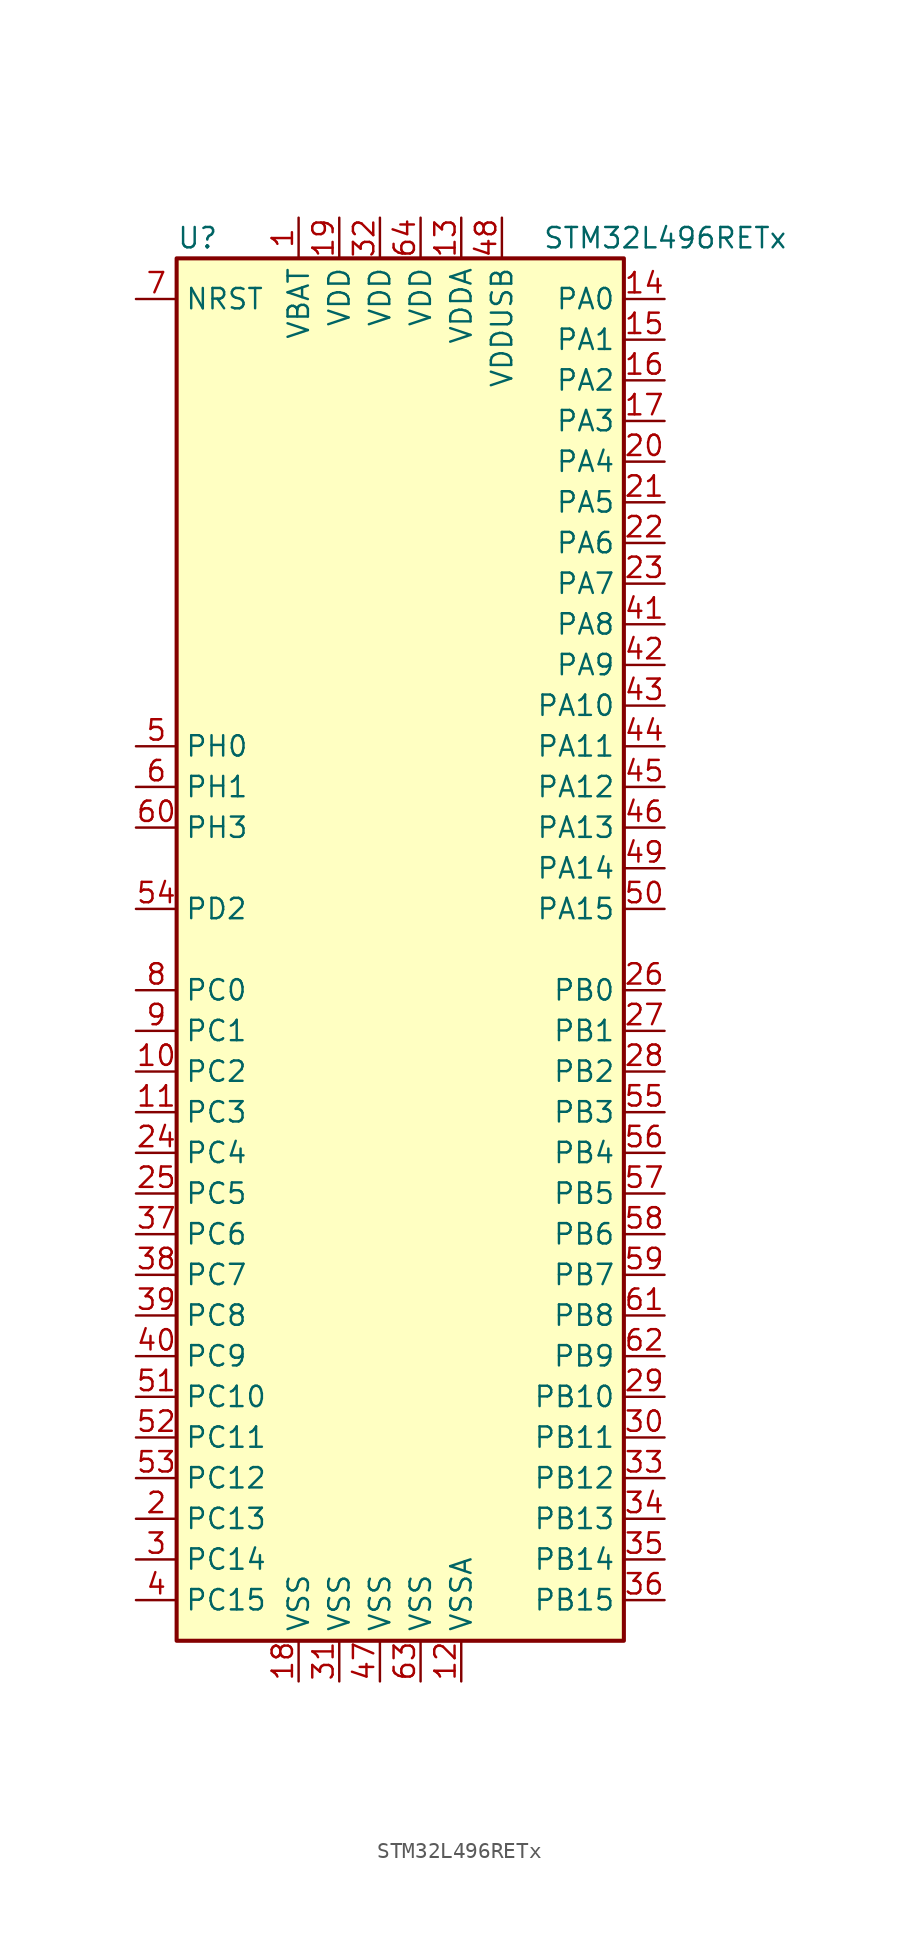
<source format=kicad_sym>
(kicad_symbol_lib
  (version 20201005)
  (generator kicad_symbol_editor)
  (symbol "STM32L496RETx"
    (property "Reference" "U"
      (at -15.24 44.45 0)
      (effects (font (size 1.27 1.27)) (justify left)))
    (property "Value" "STM32L496RETx"
      (at 7.62 44.45 0)
      (effects (font (size 1.27 1.27)) (justify left)))
    (symbol "STM32L496RETx_0_1"
      (rectangle (start -15.24 -43.18) (end 12.7 43.18) (stroke (width 0.254)) (fill (type background))))
    (symbol "STM32L496RETx_1_1"
      (pin power_in line (at -7.62 45.72 270) (length 2.54) (name "VBAT" (effects (font (size 1.27 1.27)))) (number "1" (effects (font (size 1.27 1.27)))))
      (pin bidirectional line (at -17.78 -7.62 0) (length 2.54) (name "PC2" (effects (font (size 1.27 1.27)))) (number "10" (effects (font (size 1.27 1.27)))))
      (pin bidirectional line (at -17.78 -10.16 0) (length 2.54) (name "PC3" (effects (font (size 1.27 1.27)))) (number "11" (effects (font (size 1.27 1.27)))))
      (pin power_in line (at 2.54 -45.72 90) (length 2.54) (name "VSSA" (effects (font (size 1.27 1.27)))) (number "12" (effects (font (size 1.27 1.27)))))
      (pin power_in line (at 2.54 45.72 270) (length 2.54) (name "VDDA" (effects (font (size 1.27 1.27)))) (number "13" (effects (font (size 1.27 1.27)))))
      (pin bidirectional line (at 15.24 40.64 180) (length 2.54) (name "PA0" (effects (font (size 1.27 1.27)))) (number "14" (effects (font (size 1.27 1.27)))))
      (pin bidirectional line (at 15.24 38.1 180) (length 2.54) (name "PA1" (effects (font (size 1.27 1.27)))) (number "15" (effects (font (size 1.27 1.27)))))
      (pin bidirectional line (at 15.24 35.56 180) (length 2.54) (name "PA2" (effects (font (size 1.27 1.27)))) (number "16" (effects (font (size 1.27 1.27)))))
      (pin bidirectional line (at 15.24 33.02 180) (length 2.54) (name "PA3" (effects (font (size 1.27 1.27)))) (number "17" (effects (font (size 1.27 1.27)))))
      (pin power_in line (at -7.62 -45.72 90) (length 2.54) (name "VSS" (effects (font (size 1.27 1.27)))) (number "18" (effects (font (size 1.27 1.27)))))
      (pin power_in line (at -5.08 45.72 270) (length 2.54) (name "VDD" (effects (font (size 1.27 1.27)))) (number "19" (effects (font (size 1.27 1.27)))))
      (pin bidirectional line (at -17.78 -35.56 0) (length 2.54) (name "PC13" (effects (font (size 1.27 1.27)))) (number "2" (effects (font (size 1.27 1.27)))))
      (pin bidirectional line (at 15.24 30.48 180) (length 2.54) (name "PA4" (effects (font (size 1.27 1.27)))) (number "20" (effects (font (size 1.27 1.27)))))
      (pin bidirectional line (at 15.24 27.94 180) (length 2.54) (name "PA5" (effects (font (size 1.27 1.27)))) (number "21" (effects (font (size 1.27 1.27)))))
      (pin bidirectional line (at 15.24 25.4 180) (length 2.54) (name "PA6" (effects (font (size 1.27 1.27)))) (number "22" (effects (font (size 1.27 1.27)))))
      (pin bidirectional line (at 15.24 22.86 180) (length 2.54) (name "PA7" (effects (font (size 1.27 1.27)))) (number "23" (effects (font (size 1.27 1.27)))))
      (pin bidirectional line (at -17.78 -12.7 0) (length 2.54) (name "PC4" (effects (font (size 1.27 1.27)))) (number "24" (effects (font (size 1.27 1.27)))))
      (pin bidirectional line (at -17.78 -15.24 0) (length 2.54) (name "PC5" (effects (font (size 1.27 1.27)))) (number "25" (effects (font (size 1.27 1.27)))))
      (pin bidirectional line (at 15.24 -2.54 180) (length 2.54) (name "PB0" (effects (font (size 1.27 1.27)))) (number "26" (effects (font (size 1.27 1.27)))))
      (pin bidirectional line (at 15.24 -5.08 180) (length 2.54) (name "PB1" (effects (font (size 1.27 1.27)))) (number "27" (effects (font (size 1.27 1.27)))))
      (pin bidirectional line (at 15.24 -7.62 180) (length 2.54) (name "PB2" (effects (font (size 1.27 1.27)))) (number "28" (effects (font (size 1.27 1.27)))))
      (pin bidirectional line (at 15.24 -27.94 180) (length 2.54) (name "PB10" (effects (font (size 1.27 1.27)))) (number "29" (effects (font (size 1.27 1.27)))))
      (pin bidirectional line (at -17.78 -38.1 0) (length 2.54) (name "PC14" (effects (font (size 1.27 1.27)))) (number "3" (effects (font (size 1.27 1.27)))))
      (pin bidirectional line (at 15.24 -30.48 180) (length 2.54) (name "PB11" (effects (font (size 1.27 1.27)))) (number "30" (effects (font (size 1.27 1.27)))))
      (pin power_in line (at -5.08 -45.72 90) (length 2.54) (name "VSS" (effects (font (size 1.27 1.27)))) (number "31" (effects (font (size 1.27 1.27)))))
      (pin power_in line (at -2.54 45.72 270) (length 2.54) (name "VDD" (effects (font (size 1.27 1.27)))) (number "32" (effects (font (size 1.27 1.27)))))
      (pin bidirectional line (at 15.24 -33.02 180) (length 2.54) (name "PB12" (effects (font (size 1.27 1.27)))) (number "33" (effects (font (size 1.27 1.27)))))
      (pin bidirectional line (at 15.24 -35.56 180) (length 2.54) (name "PB13" (effects (font (size 1.27 1.27)))) (number "34" (effects (font (size 1.27 1.27)))))
      (pin bidirectional line (at 15.24 -38.1 180) (length 2.54) (name "PB14" (effects (font (size 1.27 1.27)))) (number "35" (effects (font (size 1.27 1.27)))))
      (pin bidirectional line (at 15.24 -40.64 180) (length 2.54) (name "PB15" (effects (font (size 1.27 1.27)))) (number "36" (effects (font (size 1.27 1.27)))))
      (pin bidirectional line (at -17.78 -17.78 0) (length 2.54) (name "PC6" (effects (font (size 1.27 1.27)))) (number "37" (effects (font (size 1.27 1.27)))))
      (pin bidirectional line (at -17.78 -20.32 0) (length 2.54) (name "PC7" (effects (font (size 1.27 1.27)))) (number "38" (effects (font (size 1.27 1.27)))))
      (pin bidirectional line (at -17.78 -22.86 0) (length 2.54) (name "PC8" (effects (font (size 1.27 1.27)))) (number "39" (effects (font (size 1.27 1.27)))))
      (pin bidirectional line (at -17.78 -40.64 0) (length 2.54) (name "PC15" (effects (font (size 1.27 1.27)))) (number "4" (effects (font (size 1.27 1.27)))))
      (pin bidirectional line (at -17.78 -25.4 0) (length 2.54) (name "PC9" (effects (font (size 1.27 1.27)))) (number "40" (effects (font (size 1.27 1.27)))))
      (pin bidirectional line (at 15.24 20.32 180) (length 2.54) (name "PA8" (effects (font (size 1.27 1.27)))) (number "41" (effects (font (size 1.27 1.27)))))
      (pin bidirectional line (at 15.24 17.78 180) (length 2.54) (name "PA9" (effects (font (size 1.27 1.27)))) (number "42" (effects (font (size 1.27 1.27)))))
      (pin bidirectional line (at 15.24 15.24 180) (length 2.54) (name "PA10" (effects (font (size 1.27 1.27)))) (number "43" (effects (font (size 1.27 1.27)))))
      (pin bidirectional line (at 15.24 12.7 180) (length 2.54) (name "PA11" (effects (font (size 1.27 1.27)))) (number "44" (effects (font (size 1.27 1.27)))))
      (pin bidirectional line (at 15.24 10.16 180) (length 2.54) (name "PA12" (effects (font (size 1.27 1.27)))) (number "45" (effects (font (size 1.27 1.27)))))
      (pin bidirectional line (at 15.24 7.62 180) (length 2.54) (name "PA13" (effects (font (size 1.27 1.27)))) (number "46" (effects (font (size 1.27 1.27)))))
      (pin power_in line (at -2.54 -45.72 90) (length 2.54) (name "VSS" (effects (font (size 1.27 1.27)))) (number "47" (effects (font (size 1.27 1.27)))))
      (pin power_in line (at 5.08 45.72 270) (length 2.54) (name "VDDUSB" (effects (font (size 1.27 1.27)))) (number "48" (effects (font (size 1.27 1.27)))))
      (pin bidirectional line (at 15.24 5.08 180) (length 2.54) (name "PA14" (effects (font (size 1.27 1.27)))) (number "49" (effects (font (size 1.27 1.27)))))
      (pin input line (at -17.78 12.7 0) (length 2.54) (name "PH0" (effects (font (size 1.27 1.27)))) (number "5" (effects (font (size 1.27 1.27)))))
      (pin bidirectional line (at 15.24 2.54 180) (length 2.54) (name "PA15" (effects (font (size 1.27 1.27)))) (number "50" (effects (font (size 1.27 1.27)))))
      (pin bidirectional line (at -17.78 -27.94 0) (length 2.54) (name "PC10" (effects (font (size 1.27 1.27)))) (number "51" (effects (font (size 1.27 1.27)))))
      (pin bidirectional line (at -17.78 -30.48 0) (length 2.54) (name "PC11" (effects (font (size 1.27 1.27)))) (number "52" (effects (font (size 1.27 1.27)))))
      (pin bidirectional line (at -17.78 -33.02 0) (length 2.54) (name "PC12" (effects (font (size 1.27 1.27)))) (number "53" (effects (font (size 1.27 1.27)))))
      (pin bidirectional line (at -17.78 2.54 0) (length 2.54) (name "PD2" (effects (font (size 1.27 1.27)))) (number "54" (effects (font (size 1.27 1.27)))))
      (pin bidirectional line (at 15.24 -10.16 180) (length 2.54) (name "PB3" (effects (font (size 1.27 1.27)))) (number "55" (effects (font (size 1.27 1.27)))))
      (pin bidirectional line (at 15.24 -12.7 180) (length 2.54) (name "PB4" (effects (font (size 1.27 1.27)))) (number "56" (effects (font (size 1.27 1.27)))))
      (pin bidirectional line (at 15.24 -15.24 180) (length 2.54) (name "PB5" (effects (font (size 1.27 1.27)))) (number "57" (effects (font (size 1.27 1.27)))))
      (pin bidirectional line (at 15.24 -17.78 180) (length 2.54) (name "PB6" (effects (font (size 1.27 1.27)))) (number "58" (effects (font (size 1.27 1.27)))))
      (pin bidirectional line (at 15.24 -20.32 180) (length 2.54) (name "PB7" (effects (font (size 1.27 1.27)))) (number "59" (effects (font (size 1.27 1.27)))))
      (pin input line (at -17.78 10.16 0) (length 2.54) (name "PH1" (effects (font (size 1.27 1.27)))) (number "6" (effects (font (size 1.27 1.27)))))
      (pin bidirectional line (at -17.78 7.62 0) (length 2.54) (name "PH3" (effects (font (size 1.27 1.27)))) (number "60" (effects (font (size 1.27 1.27)))))
      (pin bidirectional line (at 15.24 -22.86 180) (length 2.54) (name "PB8" (effects (font (size 1.27 1.27)))) (number "61" (effects (font (size 1.27 1.27)))))
      (pin bidirectional line (at 15.24 -25.4 180) (length 2.54) (name "PB9" (effects (font (size 1.27 1.27)))) (number "62" (effects (font (size 1.27 1.27)))))
      (pin power_in line (at 0 -45.72 90) (length 2.54) (name "VSS" (effects (font (size 1.27 1.27)))) (number "63" (effects (font (size 1.27 1.27)))))
      (pin power_in line (at 0 45.72 270) (length 2.54) (name "VDD" (effects (font (size 1.27 1.27)))) (number "64" (effects (font (size 1.27 1.27)))))
      (pin input line (at -17.78 40.64 0) (length 2.54) (name "NRST" (effects (font (size 1.27 1.27)))) (number "7" (effects (font (size 1.27 1.27)))))
      (pin bidirectional line (at -17.78 -2.54 0) (length 2.54) (name "PC0" (effects (font (size 1.27 1.27)))) (number "8" (effects (font (size 1.27 1.27)))))
      (pin bidirectional line (at -17.78 -5.08 0) (length 2.54) (name "PC1" (effects (font (size 1.27 1.27)))) (number "9" (effects (font (size 1.27 1.27))))))))
</source>
